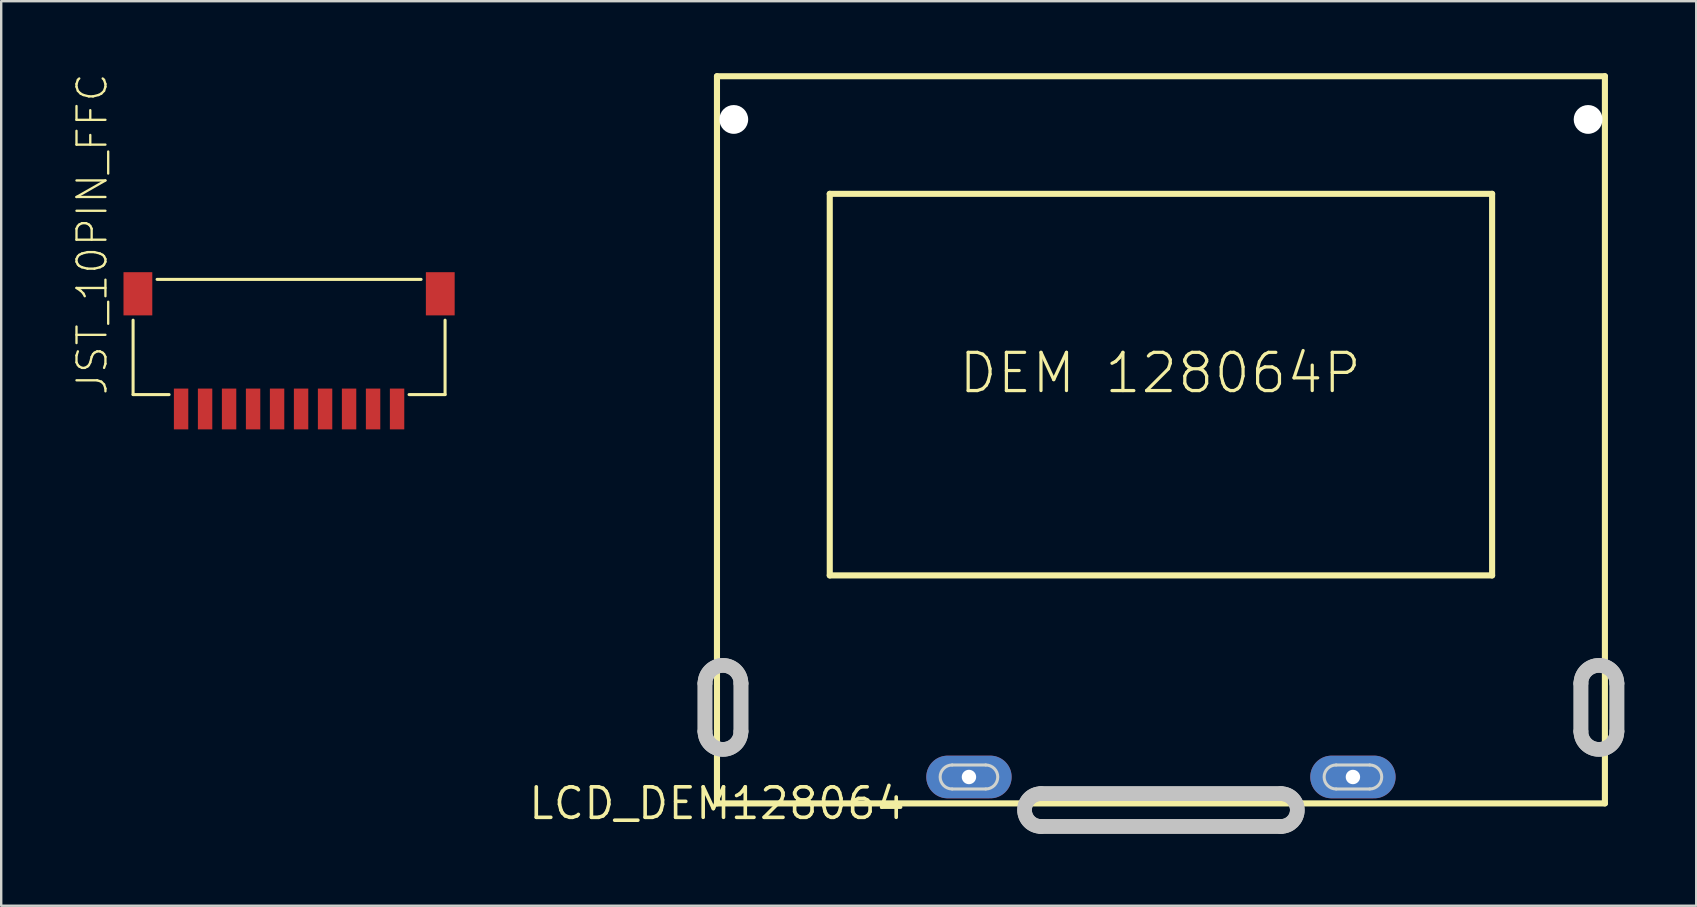
<source format=kicad_pcb>
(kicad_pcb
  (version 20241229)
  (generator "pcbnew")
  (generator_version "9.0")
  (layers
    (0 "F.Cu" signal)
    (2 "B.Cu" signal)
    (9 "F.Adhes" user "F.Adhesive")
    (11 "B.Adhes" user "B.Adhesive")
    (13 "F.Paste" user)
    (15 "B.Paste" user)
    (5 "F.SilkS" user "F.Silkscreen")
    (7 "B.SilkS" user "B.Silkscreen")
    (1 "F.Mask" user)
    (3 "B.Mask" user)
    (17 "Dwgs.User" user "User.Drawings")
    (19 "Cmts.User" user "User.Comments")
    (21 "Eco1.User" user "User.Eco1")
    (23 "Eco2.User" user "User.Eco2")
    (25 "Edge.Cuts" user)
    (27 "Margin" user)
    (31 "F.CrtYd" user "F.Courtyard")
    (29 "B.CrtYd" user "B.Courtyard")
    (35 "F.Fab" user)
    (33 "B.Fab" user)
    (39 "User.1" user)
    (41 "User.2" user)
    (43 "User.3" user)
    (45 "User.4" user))
  (footprint "LCD_DEM128064"
    (layer "F.Cu")
    (at 26.826 30.427)
    (property "Reference" "LCD_DEM128064" (at 0 0 0) (layer "F.SilkS") (effects (font (size 1.27 1.27) (thickness 0.15))))
    (attr through_hole)
    (fp_line (start 0 -30.3) (end 0 0) (stroke (width 0.254) (type solid)) (layer "F.SilkS"))
    (fp_line (start 0 0) (end 37 0) (stroke (width 0.254) (type solid)) (layer "F.SilkS"))
    (fp_line (start 4.7 -25.4) (end 4.7 -9.5) (stroke (width 0.254) (type solid)) (layer "F.SilkS"))
    (fp_line (start 4.7 -25.4) (end 32.3 -25.4) (stroke (width 0.254) (type solid)) (layer "F.SilkS"))
    (fp_line (start 4.7 -9.5) (end 32.3 -9.5) (stroke (width 0.254) (type solid)) (layer "F.SilkS"))
    (fp_line (start 32.3 -9.5) (end 32.3 -25.4) (stroke (width 0.254) (type solid)) (layer "F.SilkS"))
    (fp_line (start 37 -30.3) (end 0 -30.3) (stroke (width 0.254) (type solid)) (layer "F.SilkS"))
    (fp_line (start 37 0) (end 37 -30.3) (stroke (width 0.254) (type solid)) (layer "F.SilkS"))
    (fp_line (start -0.5 -3) (end -0.5 -5) (stroke (width 0.61) (type solid)) (layer "Dwgs.User"))
    (fp_line (start -0.5 -3) (end -0.5 -5) (stroke (width 0.61) (type solid)) (layer "Dwgs.User"))
    (fp_line (start 1 -3) (end 1 -5) (stroke (width 0.61) (type solid)) (layer "Dwgs.User"))
    (fp_line (start 1 -3) (end 1 -5) (stroke (width 0.61) (type solid)) (layer "Dwgs.User"))
    (fp_line (start 13.5 -0.405) (end 23.5 -0.405) (stroke (width 0.61) (type solid)) (layer "Dwgs.User"))
    (fp_line (start 13.5 -0.405) (end 23.5 -0.405) (stroke (width 0.61) (type solid)) (layer "Dwgs.User"))
    (fp_line (start 23.5 0.96) (end 13.5 0.96) (stroke (width 0.61) (type solid)) (layer "Dwgs.User"))
    (fp_line (start 23.5 0.96) (end 13.5 0.96) (stroke (width 0.61) (type solid)) (layer "Dwgs.User"))
    (fp_line (start 36 -3) (end 36 -5) (stroke (width 0.61) (type solid)) (layer "Dwgs.User"))
    (fp_line (start 36 -3) (end 36 -5) (stroke (width 0.61) (type solid)) (layer "Dwgs.User"))
    (fp_line (start 37.5 -3) (end 37.5 -5) (stroke (width 0.61) (type solid)) (layer "Dwgs.User"))
    (fp_line (start 37.5 -3) (end 37.5 -5) (stroke (width 0.61) (type solid)) (layer "Dwgs.User"))
    (fp_arc (start -0.5 -5) (mid 0.25 -5.75) (end 1 -5) (stroke (width 0.6096) (type solid)) (layer "Dwgs.User"))
    (fp_arc (start -0.5 -5) (mid 0.25 -5.75) (end 1 -5) (stroke (width 0.6096) (type solid)) (layer "Dwgs.User"))
    (fp_arc (start 1 -3) (mid 0.25 -2.25) (end -0.5 -3) (stroke (width 0.6096) (type solid)) (layer "Dwgs.User"))
    (fp_arc (start 1 -3) (mid 0.25 -2.25) (end -0.5 -3) (stroke (width 0.6096) (type solid)) (layer "Dwgs.User"))
    (fp_arc (start 13.5 0.96) (mid 12.8175 0.2775) (end 13.5 -0.405) (stroke (width 0.6096) (type solid)) (layer "Dwgs.User"))
    (fp_arc (start 13.5 0.96) (mid 12.8175 0.2775) (end 13.5 -0.405) (stroke (width 0.6096) (type solid)) (layer "Dwgs.User"))
    (fp_arc (start 23.5 -0.405) (mid 24.1825 0.2775) (end 23.5 0.96) (stroke (width 0.6096) (type solid)) (layer "Dwgs.User"))
    (fp_arc (start 23.5 -0.405) (mid 24.1825 0.2775) (end 23.5 0.96) (stroke (width 0.6096) (type solid)) (layer "Dwgs.User"))
    (fp_arc (start 36 -5) (mid 36.75 -5.75) (end 37.5 -5) (stroke (width 0.6096) (type solid)) (layer "Dwgs.User"))
    (fp_arc (start 36 -5) (mid 36.75 -5.75) (end 37.5 -5) (stroke (width 0.6096) (type solid)) (layer "Dwgs.User"))
    (fp_arc (start 37.5 -3) (mid 36.75 -2.25) (end 36 -3) (stroke (width 0.6096) (type solid)) (layer "Dwgs.User"))
    (fp_arc (start 37.5 -3) (mid 36.75 -2.25) (end 36 -3) (stroke (width 0.6096) (type solid)) (layer "Dwgs.User"))
    (fp_line (start -0.5 -3) (end -0.5 -5) (stroke (width 0.127) (type solid)) (layer "Edge.Cuts"))
    (fp_line (start 1 -3) (end 1 -5) (stroke (width 0.127) (type solid)) (layer "Edge.Cuts"))
    (fp_line (start 9.8 -1.6) (end 11.2 -1.6) (stroke (width 0.127) (type solid)) (layer "Edge.Cuts"))
    (fp_line (start 9.8 -0.6) (end 11.2 -0.6) (stroke (width 0.127) (type solid)) (layer "Edge.Cuts"))
    (fp_line (start 13.5 -0.405) (end 23.5 -0.405) (stroke (width 0.127) (type solid)) (layer "Edge.Cuts"))
    (fp_line (start 23.5 0.96) (end 13.5 0.96) (stroke (width 0.127) (type solid)) (layer "Edge.Cuts"))
    (fp_line (start 25.8 -1.6) (end 27.2 -1.6) (stroke (width 0.127) (type solid)) (layer "Edge.Cuts"))
    (fp_line (start 25.8 -0.6) (end 27.2 -0.6) (stroke (width 0.127) (type solid)) (layer "Edge.Cuts"))
    (fp_line (start 36 -3) (end 36 -5) (stroke (width 0.127) (type solid)) (layer "Edge.Cuts"))
    (fp_line (start 37.5 -3) (end 37.5 -5) (stroke (width 0.127) (type solid)) (layer "Edge.Cuts"))
    (fp_arc (start -0.5 -5) (mid 0.25 -5.75) (end 1 -5) (stroke (width 0.127) (type solid)) (layer "Edge.Cuts"))
    (fp_arc (start 1 -3) (mid 0.25 -2.25) (end -0.5 -3) (stroke (width 0.127) (type solid)) (layer "Edge.Cuts"))
    (fp_arc (start 9.8 -0.6) (mid 9.3 -1.1) (end 9.8 -1.6) (stroke (width 0.127) (type solid)) (layer "Edge.Cuts"))
    (fp_arc (start 11.2 -1.6) (mid 11.7 -1.1) (end 11.2 -0.6) (stroke (width 0.127) (type solid)) (layer "Edge.Cuts"))
    (fp_arc (start 13.5 0.96) (mid 12.8175 0.2775) (end 13.5 -0.405) (stroke (width 0.127) (type solid)) (layer "Edge.Cuts"))
    (fp_arc (start 23.5 -0.405) (mid 24.1825 0.2775) (end 23.5 0.96) (stroke (width 0.127) (type solid)) (layer "Edge.Cuts"))
    (fp_arc (start 25.8 -0.6) (mid 25.3 -1.1) (end 25.8 -1.6) (stroke (width 0.127) (type solid)) (layer "Edge.Cuts"))
    (fp_arc (start 27.2 -1.6) (mid 27.7 -1.1) (end 27.2 -0.6) (stroke (width 0.127) (type solid)) (layer "Edge.Cuts"))
    (fp_arc (start 36 -5) (mid 36.75 -5.75) (end 37.5 -5) (stroke (width 0.127) (type solid)) (layer "Edge.Cuts"))
    (fp_arc (start 37.5 -3) (mid 36.75 -2.25) (end 36 -3) (stroke (width 0.127) (type solid)) (layer "Edge.Cuts"))
    (fp_text user "DEM 128064P" (at 10 -17 0) (layer "F.SilkS") (effects (font (size 1.593 1.593) (thickness 0.134)) (justify left bottom)))
    (pad "" np_thru_hole circle (at 0.7 -28.5) (size 1.2 1.2) (drill 1.2) (layers "*.Cu" "*.Mask"))
    (pad "" np_thru_hole circle (at 36.3 -28.5) (size 1.2 1.2) (drill 1.2) (layers "*.Cu" "*.Mask"))
    (pad "2" thru_hole oval (at 10.5 -1.1) (size 3.556 1.778) (drill 0.6) (layers "*.Cu" "*.Mask"))
    (pad "3" thru_hole oval (at 26.5 -1.1) (size 3.556 1.778) (drill 0.6) (layers "*.Cu" "*.Mask")))
  (footprint "JST_10PIN_FFC"
    (layer "F.Cu")
    (at 8.996 10.992)
    (property "Reference" "JST_10PIN_FFC" (at -7.5 2.5 270) (layer "F.SilkS") (effects (font (size 1.206 1.206) (thickness 0.097)) (justify left bottom)))
    (attr through_hole)
    (fp_line (start -6.5 -0.7) (end -6.5 2.4) (stroke (width 0.127) (type solid)) (layer "F.SilkS"))
    (fp_line (start -6.5 2.4) (end -5 2.4) (stroke (width 0.127) (type solid)) (layer "F.SilkS"))
    (fp_line (start -5.5 -2.4) (end 5.5 -2.4) (stroke (width 0.127) (type solid)) (layer "F.SilkS"))
    (fp_line (start 6.5 -0.7) (end 6.5 2.4) (stroke (width 0.127) (type solid)) (layer "F.SilkS"))
    (fp_line (start 6.5 2.4) (end 5 2.4) (stroke (width 0.127) (type solid)) (layer "F.SilkS"))
    (pad "1" smd rect (at -4.5 3 90) (size 1.7 0.6) (layers "F.Cu" "F.Mask" "F.Paste"))
    (pad "2" smd rect (at -3.5 3 90) (size 1.7 0.6) (layers "F.Cu" "F.Mask" "F.Paste"))
    (pad "3" smd rect (at -2.5 3 90) (size 1.7 0.6) (layers "F.Cu" "F.Mask" "F.Paste"))
    (pad "4" smd rect (at -1.5 3 90) (size 1.7 0.6) (layers "F.Cu" "F.Mask" "F.Paste"))
    (pad "5" smd rect (at -0.5 3 90) (size 1.7 0.6) (layers "F.Cu" "F.Mask" "F.Paste"))
    (pad "6" smd rect (at 0.5 3 90) (size 1.7 0.6) (layers "F.Cu" "F.Mask" "F.Paste"))
    (pad "7" smd rect (at 1.5 3 90) (size 1.7 0.6) (layers "F.Cu" "F.Mask" "F.Paste"))
    (pad "8" smd rect (at 2.5 3 90) (size 1.7 0.6) (layers "F.Cu" "F.Mask" "F.Paste"))
    (pad "9" smd rect (at 3.5 3 90) (size 1.7 0.6) (layers "F.Cu" "F.Mask" "F.Paste"))
    (pad "10" smd rect (at 4.5 3 90) (size 1.7 0.6) (layers "F.Cu" "F.Mask" "F.Paste"))
    (pad "11" smd rect (at 6.3 -1.8 90) (size 1.8 1.2) (layers "F.Cu" "F.Mask" "F.Paste"))
    (pad "13" smd rect (at -6.3 -1.8 90) (size 1.8 1.2) (layers "F.Cu" "F.Mask" "F.Paste")))
  (gr_rect
    (start -3 -3)
    (end 67.631 34.692)
    (stroke (width 0.1) (type default))
    (fill no)
    (layer "Edge.Cuts")))
</source>
